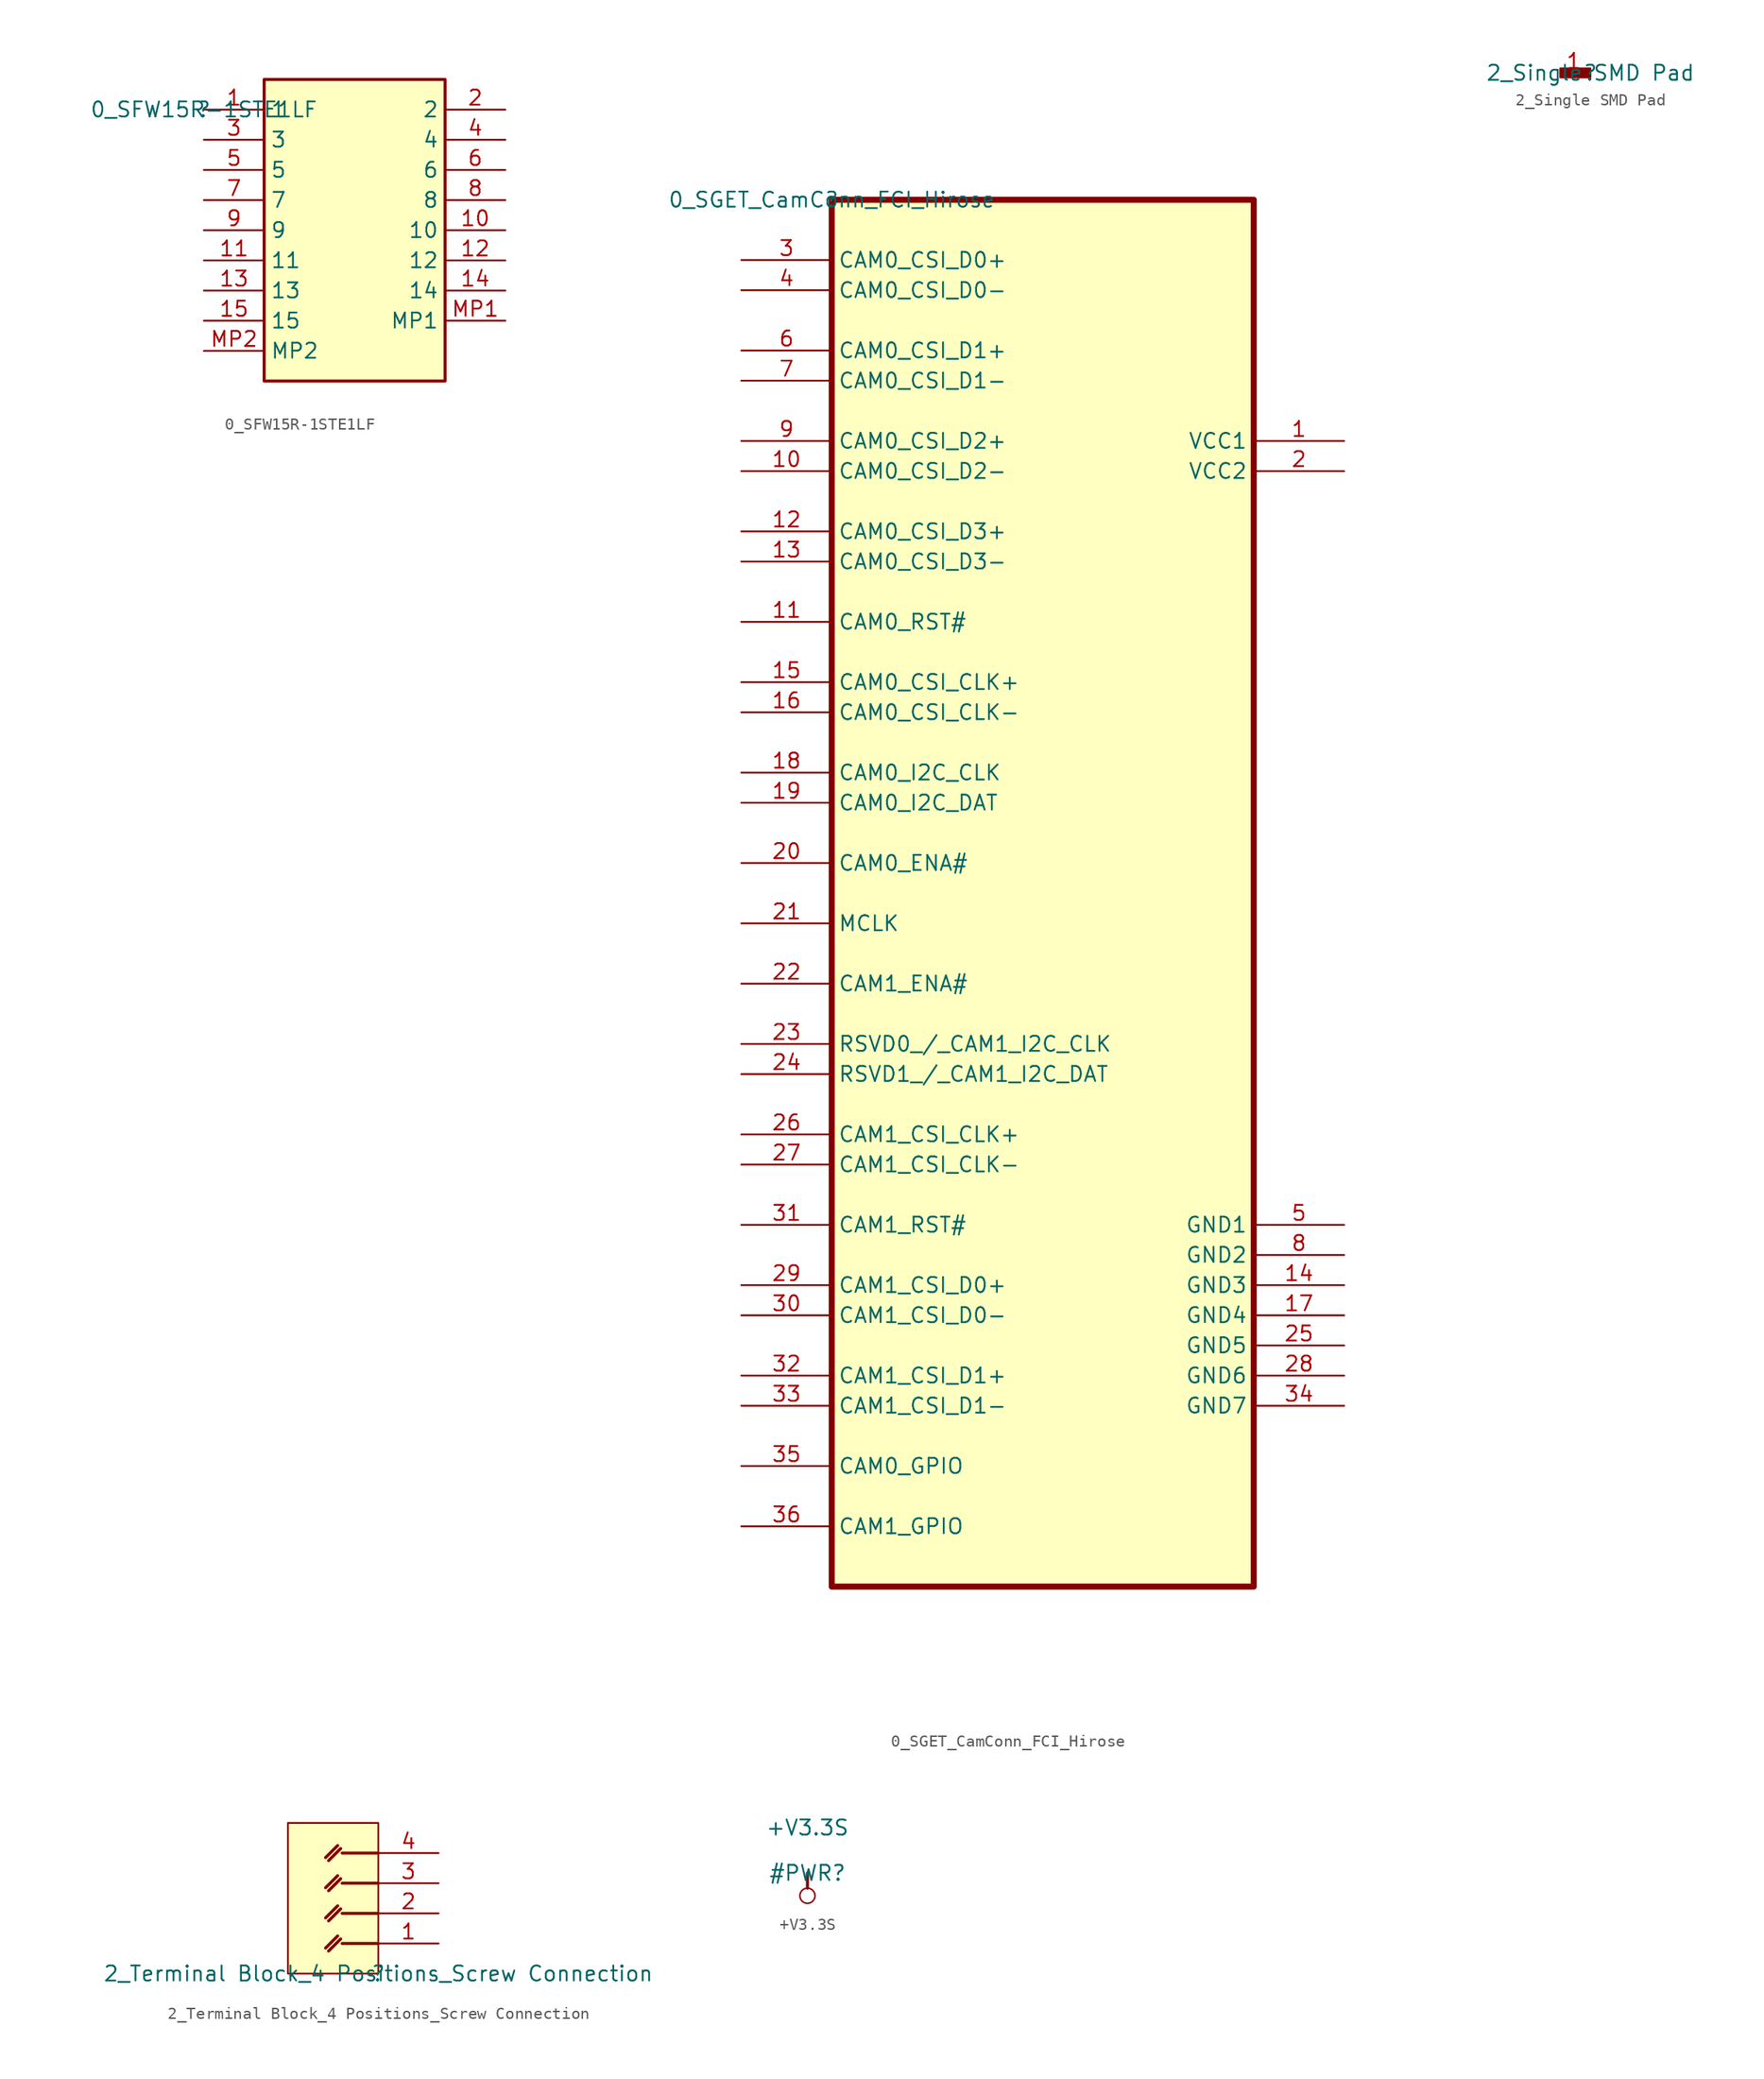
<source format=kicad_sym>
(kicad_symbol_lib
  (version 20220331)
  (generator kicad_symbol_editor)
  (symbol "0_SFW15R-1STE1LF"
    (property "Reference" ""
      (at 0 0 0)
      (effects (font (size 1.27 1.27))))
    (property "Value" "0_SFW15R-1STE1LF"
      (at 0 0 0)
      (effects (font (size 1.27 1.27))))
    (symbol "0_SFW15R-1STE1LF_1_0"
      (rectangle (start 20.32 2.54) (end 5.08 -22.86) (stroke (width 0.254) (type solid)) (fill (type background)))
      (pin passive line (at 0 0 0) (length 5.08) (name "1" (effects (font (size 1.27 1.27)))) (number "1" (effects (font (size 1.27 1.27)))))
      (pin passive line (at 25.4 -10.16 180) (length 5.08) (name "10" (effects (font (size 1.27 1.27)))) (number "10" (effects (font (size 1.27 1.27)))))
      (pin passive line (at 0 -12.7 0) (length 5.08) (name "11" (effects (font (size 1.27 1.27)))) (number "11" (effects (font (size 1.27 1.27)))))
      (pin passive line (at 25.4 -12.7 180) (length 5.08) (name "12" (effects (font (size 1.27 1.27)))) (number "12" (effects (font (size 1.27 1.27)))))
      (pin passive line (at 0 -15.24 0) (length 5.08) (name "13" (effects (font (size 1.27 1.27)))) (number "13" (effects (font (size 1.27 1.27)))))
      (pin passive line (at 25.4 -15.24 180) (length 5.08) (name "14" (effects (font (size 1.27 1.27)))) (number "14" (effects (font (size 1.27 1.27)))))
      (pin passive line (at 0 -17.78 0) (length 5.08) (name "15" (effects (font (size 1.27 1.27)))) (number "15" (effects (font (size 1.27 1.27)))))
      (pin passive line (at 25.4 0 180) (length 5.08) (name "2" (effects (font (size 1.27 1.27)))) (number "2" (effects (font (size 1.27 1.27)))))
      (pin passive line (at 0 -2.54 0) (length 5.08) (name "3" (effects (font (size 1.27 1.27)))) (number "3" (effects (font (size 1.27 1.27)))))
      (pin passive line (at 25.4 -2.54 180) (length 5.08) (name "4" (effects (font (size 1.27 1.27)))) (number "4" (effects (font (size 1.27 1.27)))))
      (pin passive line (at 0 -5.08 0) (length 5.08) (name "5" (effects (font (size 1.27 1.27)))) (number "5" (effects (font (size 1.27 1.27)))))
      (pin passive line (at 25.4 -5.08 180) (length 5.08) (name "6" (effects (font (size 1.27 1.27)))) (number "6" (effects (font (size 1.27 1.27)))))
      (pin passive line (at 0 -7.62 0) (length 5.08) (name "7" (effects (font (size 1.27 1.27)))) (number "7" (effects (font (size 1.27 1.27)))))
      (pin passive line (at 25.4 -7.62 180) (length 5.08) (name "8" (effects (font (size 1.27 1.27)))) (number "8" (effects (font (size 1.27 1.27)))))
      (pin passive line (at 0 -10.16 0) (length 5.08) (name "9" (effects (font (size 1.27 1.27)))) (number "9" (effects (font (size 1.27 1.27)))))
      (pin passive line (at 25.4 -17.78 180) (length 5.08) (name "MP1" (effects (font (size 1.27 1.27)))) (number "MP1" (effects (font (size 1.27 1.27)))))
      (pin passive line (at 0 -20.32 0) (length 5.08) (name "MP2" (effects (font (size 1.27 1.27)))) (number "MP2" (effects (font (size 1.27 1.27)))))))
  (symbol "0_SGET_CamConn_FCI_Hirose"
    (property "Reference" ""
      (at 0 0 0)
      (effects (font (size 1.27 1.27))))
    (property "Value" "0_SGET_CamConn_FCI_Hirose"
      (at 0 0 0)
      (effects (font (size 1.27 1.27))))
    (symbol "0_SGET_CamConn_FCI_Hirose_1_0"
      (rectangle (start 35.56 0) (end 0 -116.84) (stroke (width 0.508) (type solid)) (fill (type background)))
      (pin power_in line (at 43.18 -20.32 180) (length 7.62) (name "VCC1" (effects (font (size 1.27 1.27)))) (number "1" (effects (font (size 1.27 1.27)))))
      (pin passive line (at -7.62 -22.86 0) (length 7.62) (name "CAM0_CSI_D2-" (effects (font (size 1.27 1.27)))) (number "10" (effects (font (size 1.27 1.27)))))
      (pin input line (at -7.62 -35.56 0) (length 7.62) (name "CAM0_RST#" (effects (font (size 1.27 1.27)))) (number "11" (effects (font (size 1.27 1.27)))))
      (pin passive line (at -7.62 -27.94 0) (length 7.62) (name "CAM0_CSI_D3+" (effects (font (size 1.27 1.27)))) (number "12" (effects (font (size 1.27 1.27)))))
      (pin passive line (at -7.62 -30.48 0) (length 7.62) (name "CAM0_CSI_D3-" (effects (font (size 1.27 1.27)))) (number "13" (effects (font (size 1.27 1.27)))))
      (pin power_in line (at 43.18 -91.44 180) (length 7.62) (name "GND3" (effects (font (size 1.27 1.27)))) (number "14" (effects (font (size 1.27 1.27)))))
      (pin passive line (at -7.62 -40.64 0) (length 7.62) (name "CAM0_CSI_CLK+" (effects (font (size 1.27 1.27)))) (number "15" (effects (font (size 1.27 1.27)))))
      (pin passive line (at -7.62 -43.18 0) (length 7.62) (name "CAM0_CSI_CLK-" (effects (font (size 1.27 1.27)))) (number "16" (effects (font (size 1.27 1.27)))))
      (pin power_in line (at 43.18 -93.98 180) (length 7.62) (name "GND4" (effects (font (size 1.27 1.27)))) (number "17" (effects (font (size 1.27 1.27)))))
      (pin passive line (at -7.62 -48.26 0) (length 7.62) (name "CAM0_I2C_CLK" (effects (font (size 1.27 1.27)))) (number "18" (effects (font (size 1.27 1.27)))))
      (pin passive line (at -7.62 -50.8 0) (length 7.62) (name "CAM0_I2C_DAT" (effects (font (size 1.27 1.27)))) (number "19" (effects (font (size 1.27 1.27)))))
      (pin power_in line (at 43.18 -22.86 180) (length 7.62) (name "VCC2" (effects (font (size 1.27 1.27)))) (number "2" (effects (font (size 1.27 1.27)))))
      (pin passive line (at -7.62 -55.88 0) (length 7.62) (name "CAM0_ENA#" (effects (font (size 1.27 1.27)))) (number "20" (effects (font (size 1.27 1.27)))))
      (pin passive line (at -7.62 -60.96 0) (length 7.62) (name "MCLK" (effects (font (size 1.27 1.27)))) (number "21" (effects (font (size 1.27 1.27)))))
      (pin passive line (at -7.62 -66.04 0) (length 7.62) (name "CAM1_ENA#" (effects (font (size 1.27 1.27)))) (number "22" (effects (font (size 1.27 1.27)))))
      (pin passive line (at -7.62 -71.12 0) (length 7.62) (name "RSVD0_/_CAM1_I2C_CLK" (effects (font (size 1.27 1.27)))) (number "23" (effects (font (size 1.27 1.27)))))
      (pin passive line (at -7.62 -73.66 0) (length 7.62) (name "RSVD1_/_CAM1_I2C_DAT" (effects (font (size 1.27 1.27)))) (number "24" (effects (font (size 1.27 1.27)))))
      (pin power_in line (at 43.18 -96.52 180) (length 7.62) (name "GND5" (effects (font (size 1.27 1.27)))) (number "25" (effects (font (size 1.27 1.27)))))
      (pin passive line (at -7.62 -78.74 0) (length 7.62) (name "CAM1_CSI_CLK+" (effects (font (size 1.27 1.27)))) (number "26" (effects (font (size 1.27 1.27)))))
      (pin passive line (at -7.62 -81.28 0) (length 7.62) (name "CAM1_CSI_CLK-" (effects (font (size 1.27 1.27)))) (number "27" (effects (font (size 1.27 1.27)))))
      (pin power_in line (at 43.18 -99.06 180) (length 7.62) (name "GND6" (effects (font (size 1.27 1.27)))) (number "28" (effects (font (size 1.27 1.27)))))
      (pin passive line (at -7.62 -91.44 0) (length 7.62) (name "CAM1_CSI_D0+" (effects (font (size 1.27 1.27)))) (number "29" (effects (font (size 1.27 1.27)))))
      (pin passive line (at -7.62 -5.08 0) (length 7.62) (name "CAM0_CSI_D0+" (effects (font (size 1.27 1.27)))) (number "3" (effects (font (size 1.27 1.27)))))
      (pin passive line (at -7.62 -93.98 0) (length 7.62) (name "CAM1_CSI_D0-" (effects (font (size 1.27 1.27)))) (number "30" (effects (font (size 1.27 1.27)))))
      (pin input line (at -7.62 -86.36 0) (length 7.62) (name "CAM1_RST#" (effects (font (size 1.27 1.27)))) (number "31" (effects (font (size 1.27 1.27)))))
      (pin passive line (at -7.62 -99.06 0) (length 7.62) (name "CAM1_CSI_D1+" (effects (font (size 1.27 1.27)))) (number "32" (effects (font (size 1.27 1.27)))))
      (pin passive line (at -7.62 -101.6 0) (length 7.62) (name "CAM1_CSI_D1-" (effects (font (size 1.27 1.27)))) (number "33" (effects (font (size 1.27 1.27)))))
      (pin power_in line (at 43.18 -101.6 180) (length 7.62) (name "GND7" (effects (font (size 1.27 1.27)))) (number "34" (effects (font (size 1.27 1.27)))))
      (pin passive line (at -7.62 -106.68 0) (length 7.62) (name "CAM0_GPIO" (effects (font (size 1.27 1.27)))) (number "35" (effects (font (size 1.27 1.27)))))
      (pin passive line (at -7.62 -111.76 0) (length 7.62) (name "CAM1_GPIO" (effects (font (size 1.27 1.27)))) (number "36" (effects (font (size 1.27 1.27)))))
      (pin passive line (at -7.62 -7.62 0) (length 7.62) (name "CAM0_CSI_D0-" (effects (font (size 1.27 1.27)))) (number "4" (effects (font (size 1.27 1.27)))))
      (pin power_in line (at 43.18 -86.36 180) (length 7.62) (name "GND1" (effects (font (size 1.27 1.27)))) (number "5" (effects (font (size 1.27 1.27)))))
      (pin passive line (at -7.62 -12.7 0) (length 7.62) (name "CAM0_CSI_D1+" (effects (font (size 1.27 1.27)))) (number "6" (effects (font (size 1.27 1.27)))))
      (pin passive line (at -7.62 -15.24 0) (length 7.62) (name "CAM0_CSI_D1-" (effects (font (size 1.27 1.27)))) (number "7" (effects (font (size 1.27 1.27)))))
      (pin power_in line (at 43.18 -88.9 180) (length 7.62) (name "GND2" (effects (font (size 1.27 1.27)))) (number "8" (effects (font (size 1.27 1.27)))))
      (pin passive line (at -7.62 -20.32 0) (length 7.62) (name "CAM0_CSI_D2+" (effects (font (size 1.27 1.27)))) (number "9" (effects (font (size 1.27 1.27)))))))
  (symbol "2_Single SMD Pad"
    (property "Reference" ""
      (at 0 0 0)
      (effects (font (size 1.27 1.27))))
    (property "Value" "2_Single SMD Pad"
      (at 0 0 0)
      (effects (font (size 1.27 1.27))))
    (symbol "2_Single SMD Pad_1_0"
      (rectangle (start 0 0.381) (end -2.54 -0.381) (stroke (width 0) (type solid)) (fill (type outline)))
      (pin bidirectional line (at -2.54 0 0) (length 2.286) (name "1" (effects (font (size 0 0)))) (number "1" (effects (font (size 1.27 1.27)))))))
  (symbol "2_Terminal Block_4 Positions_Screw Connection"
    (property "Reference" ""
      (at 0 0 0)
      (effects (font (size 1.27 1.27))))
    (property "Value" "2_Terminal Block_4 Positions_Screw Connection"
      (at 0 0 0)
      (effects (font (size 1.27 1.27))))
    (symbol "2_Terminal Block_4 Positions_Screw Connection_1_0"
      (polyline (pts (xy -3.429 3.175) (xy -4.445 2.159)) (stroke (width 0.254) (type solid)) (fill (type none)))
      (polyline (pts (xy -3.429 5.715) (xy -4.445 4.699)) (stroke (width 0.254) (type solid)) (fill (type none)))
      (polyline (pts (xy -3.429 8.255) (xy -4.445 7.239)) (stroke (width 0.254) (type solid)) (fill (type none)))
      (polyline (pts (xy -3.429 10.795) (xy -4.445 9.779)) (stroke (width 0.254) (type solid)) (fill (type none)))
      (polyline (pts (xy -3.175 2.921) (xy -4.191 1.905)) (stroke (width 0.254) (type solid)) (fill (type none)))
      (polyline (pts (xy -3.175 5.461) (xy -4.191 4.445)) (stroke (width 0.254) (type solid)) (fill (type none)))
      (polyline (pts (xy -3.175 8.001) (xy -4.191 6.985)) (stroke (width 0.254) (type solid)) (fill (type none)))
      (polyline (pts (xy -3.175 10.541) (xy -4.191 9.525)) (stroke (width 0.254) (type solid)) (fill (type none)))
      (polyline (pts (xy 0 2.54) (xy -3.048 2.54)) (stroke (width 0.254) (type solid)) (fill (type none)))
      (polyline (pts (xy 0 5.08) (xy -3.048 5.08)) (stroke (width 0.254) (type solid)) (fill (type none)))
      (polyline (pts (xy 0 7.62) (xy -3.048 7.62)) (stroke (width 0.254) (type solid)) (fill (type none)))
      (polyline (pts (xy 0 10.16) (xy -3.048 10.16)) (stroke (width 0.254) (type solid)) (fill (type none)))
      (rectangle (start 0 12.7) (end -7.62 0) (stroke (width 0) (type solid)) (fill (type background)))
      (pin bidirectional line (at 5.08 2.54 180) (length 5.08) (name "1" (effects (font (size 0 0)))) (number "1" (effects (font (size 1.27 1.27)))))
      (pin bidirectional line (at 5.08 5.08 180) (length 5.08) (name "2" (effects (font (size 0 0)))) (number "2" (effects (font (size 1.27 1.27)))))
      (pin bidirectional line (at 5.08 7.62 180) (length 5.08) (name "3" (effects (font (size 0 0)))) (number "3" (effects (font (size 1.27 1.27)))))
      (pin bidirectional line (at 5.08 10.16 180) (length 5.08) (name "4" (effects (font (size 0 0)))) (number "4" (effects (font (size 1.27 1.27)))))))
  (symbol "+V3.3S"
    (power)
    (property "Reference" "#PWR"
      (at 0 0 0)
      (effects (font (size 1.27 1.27))))
    (property "Value" "+V3.3S"
      (at 0 3.81 0)
      (effects (font (size 1.27 1.27))))
    (symbol "+V3.3S_0_0"
      (circle (center 0 -1.905) (radius 0.635) (stroke (width 0.127) (type solid)) (fill (type none)))
      (polyline (pts (xy 0 0) (xy 0 -1.27)) (stroke (width 0.254) (type solid)) (fill (type none)))
      (pin power_in line (at 0 0 0) (length 0) hide (name "+V3.3S" (effects (font (size 1.27 1.27)))) (number "" (effects (font (size 1.27 1.27))))))))
</source>
